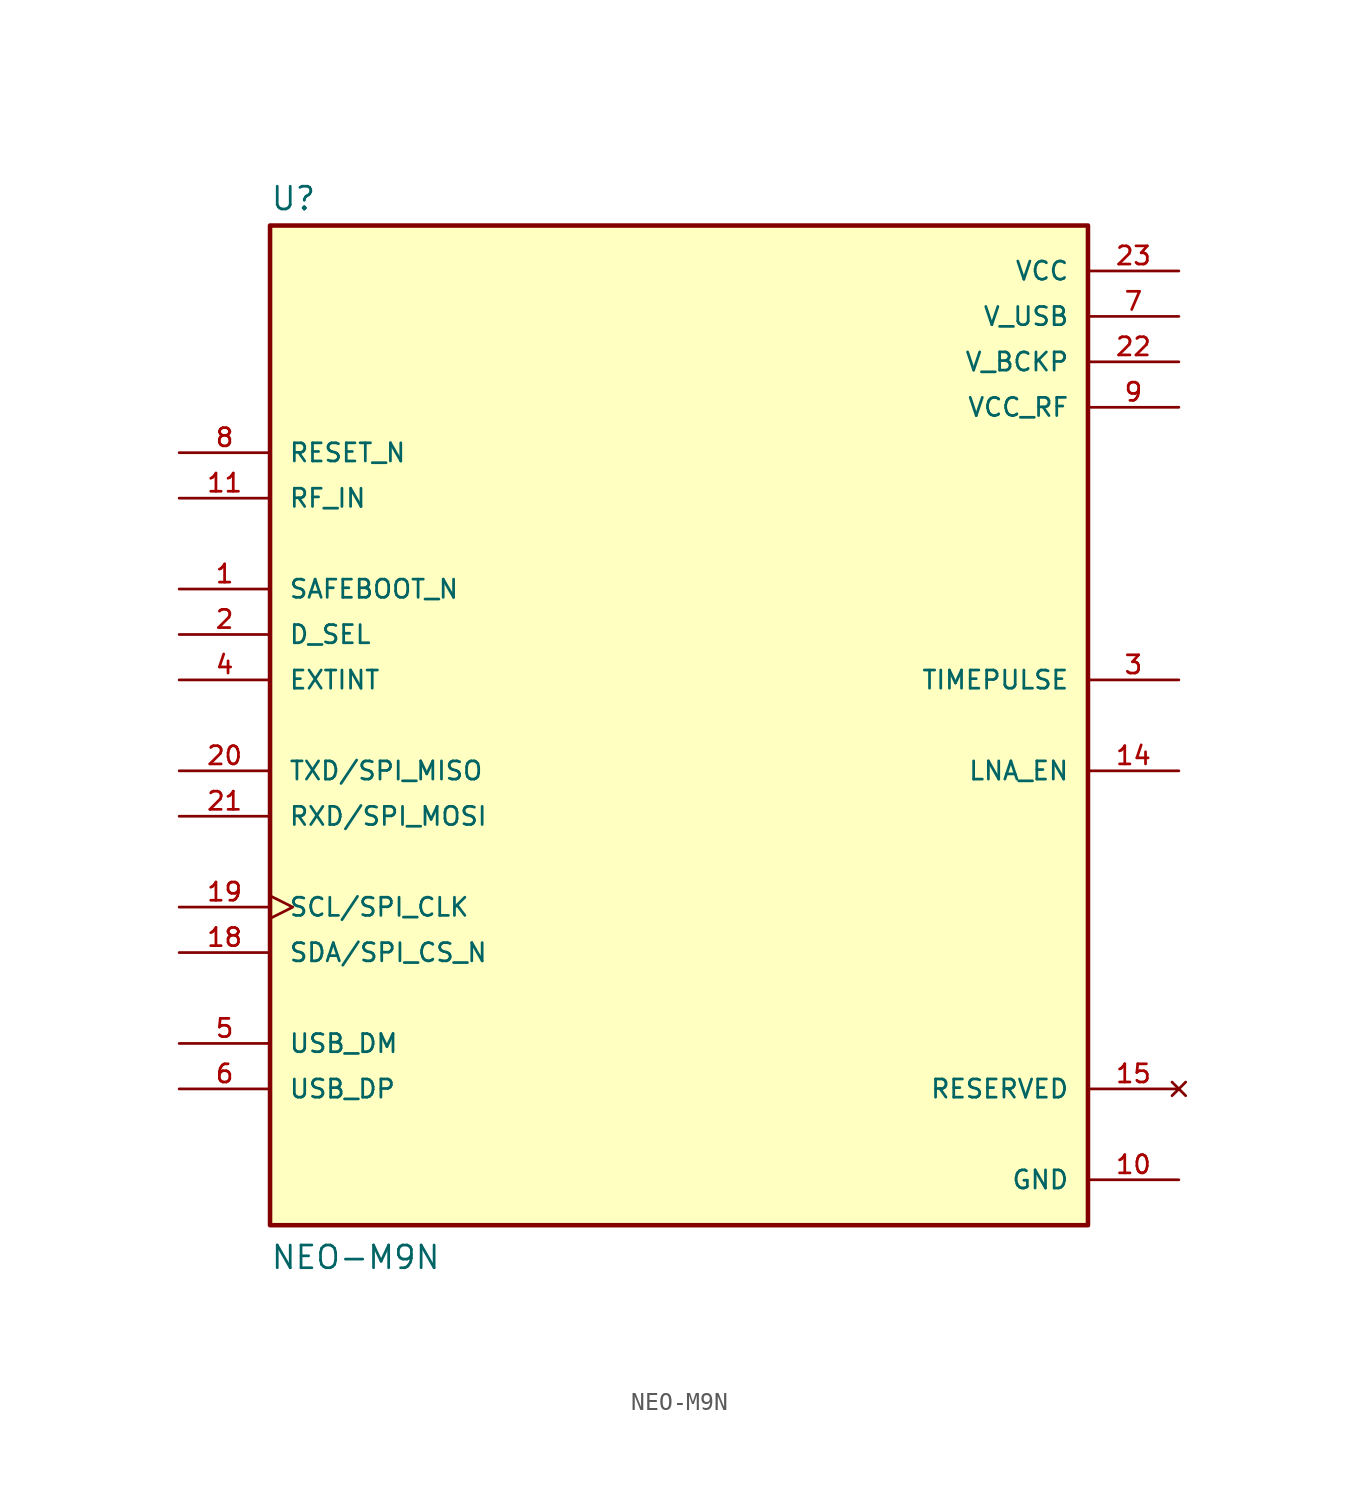
<source format=kicad_sym>
(kicad_symbol_lib
  (version 20211014)
  (generator kicad_symbol_editor)
  (symbol "NEO-M9N"
    (pin_names
      (offset 1.016))
    (property "Reference" "U"
      (at -22.86 28.702 0)
      (effects (font (size 1.27 1.27)) (justify bottom left)))
    (property "Value" "NEO-M9N"
      (at -22.86 -30.48 0)
      (effects (font (size 1.27 1.27)) (justify bottom left)))
    (symbol "NEO-M9N_0_0"
      (rectangle (start -22.86 -27.94) (end 22.86 27.94) (stroke (width 0.254)) (fill (type background)))
      (pin output line (at 27.94 -2.54 180.0) (length 5.08) (name "LNA_EN" (effects (font (size 1.016 1.016)))) (number "14" (effects (font (size 1.016 1.016)))))
      (pin no_connect line (at 27.94 -20.32 180.0) (length 5.08) (name "RESERVED" (effects (font (size 1.016 1.016)))) (number "15" (effects (font (size 1.016 1.016)))))
      (pin no_connect line (at 27.94 -20.32 180.0) (length 5.08) hide (name "RESERVED" (effects (font (size 1.016 1.016)))) (number "16" (effects (font (size 1.016 1.016)))))
      (pin no_connect line (at 27.94 -20.32 180.0) (length 5.08) hide (name "RESERVED" (effects (font (size 1.016 1.016)))) (number "17" (effects (font (size 1.016 1.016)))))
      (pin bidirectional line (at -27.94 -12.7 0) (length 5.08) (name "SDA/SPI_CS_N" (effects (font (size 1.016 1.016)))) (number "18" (effects (font (size 1.016 1.016)))))
      (pin bidirectional clock (at -27.94 -10.16 0) (length 5.08) (name "SCL/SPI_CLK" (effects (font (size 1.016 1.016)))) (number "19" (effects (font (size 1.016 1.016)))))
      (pin output line (at -27.94 -2.54 0) (length 5.08) (name "TXD/SPI_MISO" (effects (font (size 1.016 1.016)))) (number "20" (effects (font (size 1.016 1.016)))))
      (pin input line (at -27.94 -5.08 0) (length 5.08) (name "RXD/SPI_MOSI" (effects (font (size 1.016 1.016)))) (number "21" (effects (font (size 1.016 1.016)))))
      (pin power_in line (at 27.94 20.32 180.0) (length 5.08) (name "V_BCKP" (effects (font (size 1.016 1.016)))) (number "22" (effects (font (size 1.016 1.016)))))
      (pin power_in line (at 27.94 25.4 180.0) (length 5.08) (name "VCC" (effects (font (size 1.016 1.016)))) (number "23" (effects (font (size 1.016 1.016)))))
      (pin power_in line (at 27.94 -25.4 180.0) (length 5.08) (name "GND" (effects (font (size 1.016 1.016)))) (number "10" (effects (font (size 1.016 1.016)))))
      (pin power_in line (at 27.94 -25.4 180.0) (length 5.08) hide (name "GND" (effects (font (size 1.016 1.016)))) (number "12" (effects (font (size 1.016 1.016)))))
      (pin power_in line (at 27.94 -25.4 180.0) (length 5.08) hide (name "GND" (effects (font (size 1.016 1.016)))) (number "13" (effects (font (size 1.016 1.016)))))
      (pin power_in line (at 27.94 -25.4 180.0) (length 5.08) hide (name "GND" (effects (font (size 1.016 1.016)))) (number "24" (effects (font (size 1.016 1.016)))))
      (pin input line (at -27.94 12.7 0) (length 5.08) (name "RF_IN" (effects (font (size 1.016 1.016)))) (number "11" (effects (font (size 1.016 1.016)))))
      (pin power_in line (at 27.94 17.78 180.0) (length 5.08) (name "VCC_RF" (effects (font (size 1.016 1.016)))) (number "9" (effects (font (size 1.016 1.016)))))
      (pin input line (at -27.94 15.24 0) (length 5.08) (name "RESET_N" (effects (font (size 1.016 1.016)))) (number "8" (effects (font (size 1.016 1.016)))))
      (pin power_in line (at 27.94 22.86 180.0) (length 5.08) (name "V_USB" (effects (font (size 1.016 1.016)))) (number "7" (effects (font (size 1.016 1.016)))))
      (pin bidirectional line (at -27.94 -20.32 0) (length 5.08) (name "USB_DP" (effects (font (size 1.016 1.016)))) (number "6" (effects (font (size 1.016 1.016)))))
      (pin bidirectional line (at -27.94 -17.78 0) (length 5.08) (name "USB_DM" (effects (font (size 1.016 1.016)))) (number "5" (effects (font (size 1.016 1.016)))))
      (pin input line (at -27.94 2.54 0) (length 5.08) (name "EXTINT" (effects (font (size 1.016 1.016)))) (number "4" (effects (font (size 1.016 1.016)))))
      (pin output line (at 27.94 2.54 180.0) (length 5.08) (name "TIMEPULSE" (effects (font (size 1.016 1.016)))) (number "3" (effects (font (size 1.016 1.016)))))
      (pin input line (at -27.94 5.08 0) (length 5.08) (name "D_SEL" (effects (font (size 1.016 1.016)))) (number "2" (effects (font (size 1.016 1.016)))))
      (pin input line (at -27.94 7.62 0) (length 5.08) (name "SAFEBOOT_N" (effects (font (size 1.016 1.016)))) (number "1" (effects (font (size 1.016 1.016))))))))
</source>
